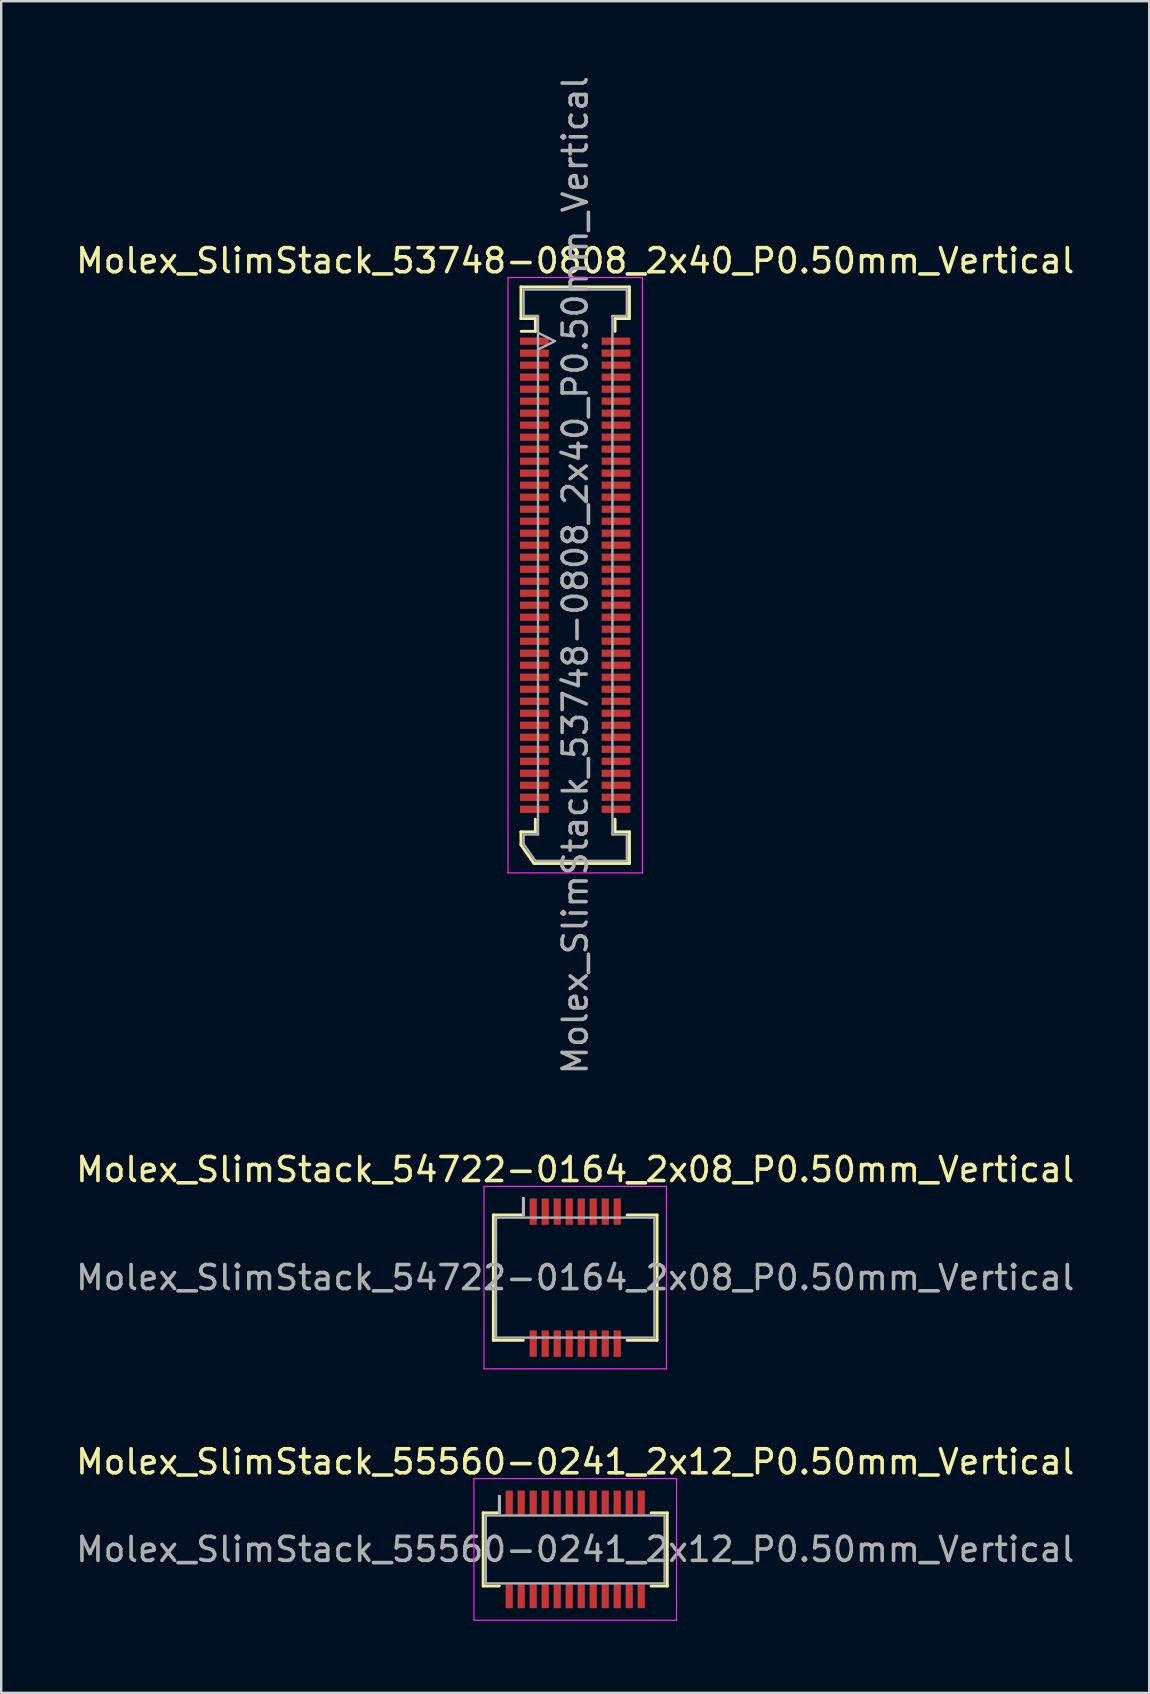
<source format=kicad_pcb>
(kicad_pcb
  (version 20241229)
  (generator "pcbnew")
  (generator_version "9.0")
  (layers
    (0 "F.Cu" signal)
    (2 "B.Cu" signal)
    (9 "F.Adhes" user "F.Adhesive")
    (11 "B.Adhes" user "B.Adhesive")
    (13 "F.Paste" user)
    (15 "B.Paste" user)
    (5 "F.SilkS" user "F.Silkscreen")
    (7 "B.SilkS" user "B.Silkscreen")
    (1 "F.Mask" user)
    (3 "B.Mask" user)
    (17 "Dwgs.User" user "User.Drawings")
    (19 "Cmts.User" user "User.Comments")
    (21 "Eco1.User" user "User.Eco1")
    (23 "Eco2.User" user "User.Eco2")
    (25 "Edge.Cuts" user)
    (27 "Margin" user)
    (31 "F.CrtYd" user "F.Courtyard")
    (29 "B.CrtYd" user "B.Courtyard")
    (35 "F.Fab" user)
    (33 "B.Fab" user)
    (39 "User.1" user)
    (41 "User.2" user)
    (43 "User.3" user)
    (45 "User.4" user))
  (footprint "Molex_SlimStack_54722-0164_2x08_P0.50mm_Vertical"
    (layer "F.Cu")
    (at 20.911 50.17)
    (property "Reference" "Molex_SlimStack_54722-0164_2x08_P0.50mm_Vertical" (at 0 -4.5 0) (layer "F.SilkS") (effects (font (size 1 1) (thickness 0.15))))
    (attr smd)
    (fp_line (start -3.41 -2.61) (end -2.16 -2.61) (stroke (width 0.12) (type solid)) (layer "F.SilkS"))
    (fp_line (start -3.41 2.61) (end -3.41 -2.61) (stroke (width 0.12) (type solid)) (layer "F.SilkS"))
    (fp_line (start -2.16 -2.61) (end -2.16 -3.3) (stroke (width 0.12) (type solid)) (layer "F.SilkS"))
    (fp_line (start -2.16 2.61) (end -3.41 2.61) (stroke (width 0.12) (type solid)) (layer "F.SilkS"))
    (fp_line (start 2.16 2.61) (end 3.41 2.61) (stroke (width 0.12) (type solid)) (layer "F.SilkS"))
    (fp_line (start 3.41 -2.61) (end 2.16 -2.61) (stroke (width 0.12) (type solid)) (layer "F.SilkS"))
    (fp_line (start 3.41 2.61) (end 3.41 -2.61) (stroke (width 0.12) (type solid)) (layer "F.SilkS"))
    (fp_line (start -3.8 -3.8) (end -3.8 3.8) (stroke (width 0.05) (type solid)) (layer "F.CrtYd"))
    (fp_line (start -3.8 3.8) (end 3.8 3.8) (stroke (width 0.05) (type solid)) (layer "F.CrtYd"))
    (fp_line (start 3.8 -3.8) (end -3.8 -3.8) (stroke (width 0.05) (type solid)) (layer "F.CrtYd"))
    (fp_line (start 3.8 3.8) (end 3.8 -3.8) (stroke (width 0.05) (type solid)) (layer "F.CrtYd"))
    (fp_line (start -3.3 -2.5) (end -3.3 2.5) (stroke (width 0.1) (type solid)) (layer "F.Fab"))
    (fp_line (start -3.3 2.5) (end 3.3 2.5) (stroke (width 0.1) (type solid)) (layer "F.Fab"))
    (fp_line (start -2.16 -2.61) (end -2.16 -3.3) (stroke (width 0.1) (type solid)) (layer "F.Fab"))
    (fp_line (start 3.3 -2.5) (end -3.3 -2.5) (stroke (width 0.1) (type solid)) (layer "F.Fab"))
    (fp_line (start 3.3 2.5) (end 3.3 -2.5) (stroke (width 0.1) (type solid)) (layer "F.Fab"))
    (fp_text user "${REFERENCE}" (at 0 0 0) (layer "F.Fab") (effects (font (size 1 1) (thickness 0.15))))
    (pad "1" smd rect (at -1.75 -2.75) (size 0.3 1.1) (layers "F.Cu" "F.Mask" "F.Paste"))
    (pad "2" smd rect (at -1.75 2.75) (size 0.3 1.1) (layers "F.Cu" "F.Mask" "F.Paste"))
    (pad "3" smd rect (at -1.25 -2.75) (size 0.3 1.1) (layers "F.Cu" "F.Mask" "F.Paste"))
    (pad "4" smd rect (at -1.25 2.75) (size 0.3 1.1) (layers "F.Cu" "F.Mask" "F.Paste"))
    (pad "5" smd rect (at -0.75 -2.75) (size 0.3 1.1) (layers "F.Cu" "F.Mask" "F.Paste"))
    (pad "6" smd rect (at -0.75 2.75) (size 0.3 1.1) (layers "F.Cu" "F.Mask" "F.Paste"))
    (pad "7" smd rect (at -0.25 -2.75) (size 0.3 1.1) (layers "F.Cu" "F.Mask" "F.Paste"))
    (pad "8" smd rect (at -0.25 2.75) (size 0.3 1.1) (layers "F.Cu" "F.Mask" "F.Paste"))
    (pad "9" smd rect (at 0.25 -2.75) (size 0.3 1.1) (layers "F.Cu" "F.Mask" "F.Paste"))
    (pad "10" smd rect (at 0.25 2.75) (size 0.3 1.1) (layers "F.Cu" "F.Mask" "F.Paste"))
    (pad "11" smd rect (at 0.75 -2.75) (size 0.3 1.1) (layers "F.Cu" "F.Mask" "F.Paste"))
    (pad "12" smd rect (at 0.75 2.75) (size 0.3 1.1) (layers "F.Cu" "F.Mask" "F.Paste"))
    (pad "13" smd rect (at 1.25 -2.75) (size 0.3 1.1) (layers "F.Cu" "F.Mask" "F.Paste"))
    (pad "14" smd rect (at 1.25 2.75) (size 0.3 1.1) (layers "F.Cu" "F.Mask" "F.Paste"))
    (pad "15" smd rect (at 1.75 -2.75) (size 0.3 1.1) (layers "F.Cu" "F.Mask" "F.Paste"))
    (pad "16" smd rect (at 1.75 2.75) (size 0.3 1.1) (layers "F.Cu" "F.Mask" "F.Paste")))
  (footprint "Molex_SlimStack_55560-0241_2x12_P0.50mm_Vertical"
    (layer "F.Cu")
    (at 20.911 61.493)
    (property "Reference" "Molex_SlimStack_55560-0241_2x12_P0.50mm_Vertical" (at 0 -3.65 0) (layer "F.SilkS") (effects (font (size 1 1) (thickness 0.15))))
    (attr smd)
    (fp_line (start -3.835 -1.525) (end -3.16 -1.525) (stroke (width 0.12) (type solid)) (layer "F.SilkS"))
    (fp_line (start -3.835 1.525) (end -3.835 -1.525) (stroke (width 0.12) (type solid)) (layer "F.SilkS"))
    (fp_line (start -3.16 -1.525) (end -3.16 -2.215) (stroke (width 0.12) (type solid)) (layer "F.SilkS"))
    (fp_line (start -3.16 1.525) (end -3.835 1.525) (stroke (width 0.12) (type solid)) (layer "F.SilkS"))
    (fp_line (start 3.16 1.525) (end 3.835 1.525) (stroke (width 0.12) (type solid)) (layer "F.SilkS"))
    (fp_line (start 3.835 -1.525) (end 3.16 -1.525) (stroke (width 0.12) (type solid)) (layer "F.SilkS"))
    (fp_line (start 3.835 1.525) (end 3.835 -1.525) (stroke (width 0.12) (type solid)) (layer "F.SilkS"))
    (fp_line (start -4.22 -2.95) (end -4.22 2.95) (stroke (width 0.05) (type solid)) (layer "F.CrtYd"))
    (fp_line (start -4.22 2.95) (end 4.22 2.95) (stroke (width 0.05) (type solid)) (layer "F.CrtYd"))
    (fp_line (start 4.22 -2.95) (end -4.22 -2.95) (stroke (width 0.05) (type solid)) (layer "F.CrtYd"))
    (fp_line (start 4.22 2.95) (end 4.22 -2.95) (stroke (width 0.05) (type solid)) (layer "F.CrtYd"))
    (fp_line (start -3.725 -1.415) (end -3.725 1.415) (stroke (width 0.1) (type solid)) (layer "F.Fab"))
    (fp_line (start -3.725 1.415) (end 3.725 1.415) (stroke (width 0.1) (type solid)) (layer "F.Fab"))
    (fp_line (start -3.16 -1.525) (end -3.16 -2.215) (stroke (width 0.1) (type solid)) (layer "F.Fab"))
    (fp_line (start 3.725 -1.415) (end -3.725 -1.415) (stroke (width 0.1) (type solid)) (layer "F.Fab"))
    (fp_line (start 3.725 1.415) (end 3.725 -1.415) (stroke (width 0.1) (type solid)) (layer "F.Fab"))
    (fp_text user "${REFERENCE}" (at 0 0 0) (layer "F.Fab") (effects (font (size 1 1) (thickness 0.15))))
    (pad "1" smd rect (at -2.75 -1.95) (size 0.3 1) (layers "F.Cu" "F.Mask" "F.Paste"))
    (pad "2" smd rect (at -2.75 1.95) (size 0.3 1) (layers "F.Cu" "F.Mask" "F.Paste"))
    (pad "3" smd rect (at -2.25 -1.95) (size 0.3 1) (layers "F.Cu" "F.Mask" "F.Paste"))
    (pad "4" smd rect (at -2.25 1.95) (size 0.3 1) (layers "F.Cu" "F.Mask" "F.Paste"))
    (pad "5" smd rect (at -1.75 -1.95) (size 0.3 1) (layers "F.Cu" "F.Mask" "F.Paste"))
    (pad "6" smd rect (at -1.75 1.95) (size 0.3 1) (layers "F.Cu" "F.Mask" "F.Paste"))
    (pad "7" smd rect (at -1.25 -1.95) (size 0.3 1) (layers "F.Cu" "F.Mask" "F.Paste"))
    (pad "8" smd rect (at -1.25 1.95) (size 0.3 1) (layers "F.Cu" "F.Mask" "F.Paste"))
    (pad "9" smd rect (at -0.75 -1.95) (size 0.3 1) (layers "F.Cu" "F.Mask" "F.Paste"))
    (pad "10" smd rect (at -0.75 1.95) (size 0.3 1) (layers "F.Cu" "F.Mask" "F.Paste"))
    (pad "11" smd rect (at -0.25 -1.95) (size 0.3 1) (layers "F.Cu" "F.Mask" "F.Paste"))
    (pad "12" smd rect (at -0.25 1.95) (size 0.3 1) (layers "F.Cu" "F.Mask" "F.Paste"))
    (pad "13" smd rect (at 0.25 -1.95) (size 0.3 1) (layers "F.Cu" "F.Mask" "F.Paste"))
    (pad "14" smd rect (at 0.25 1.95) (size 0.3 1) (layers "F.Cu" "F.Mask" "F.Paste"))
    (pad "15" smd rect (at 0.75 -1.95) (size 0.3 1) (layers "F.Cu" "F.Mask" "F.Paste"))
    (pad "16" smd rect (at 0.75 1.95) (size 0.3 1) (layers "F.Cu" "F.Mask" "F.Paste"))
    (pad "17" smd rect (at 1.25 -1.95) (size 0.3 1) (layers "F.Cu" "F.Mask" "F.Paste"))
    (pad "18" smd rect (at 1.25 1.95) (size 0.3 1) (layers "F.Cu" "F.Mask" "F.Paste"))
    (pad "19" smd rect (at 1.75 -1.95) (size 0.3 1) (layers "F.Cu" "F.Mask" "F.Paste"))
    (pad "20" smd rect (at 1.75 1.95) (size 0.3 1) (layers "F.Cu" "F.Mask" "F.Paste"))
    (pad "21" smd rect (at 2.25 -1.95) (size 0.3 1) (layers "F.Cu" "F.Mask" "F.Paste"))
    (pad "22" smd rect (at 2.25 1.95) (size 0.3 1) (layers "F.Cu" "F.Mask" "F.Paste"))
    (pad "23" smd rect (at 2.75 -1.95) (size 0.3 1) (layers "F.Cu" "F.Mask" "F.Paste"))
    (pad "24" smd rect (at 2.75 1.95) (size 0.3 1) (layers "F.Cu" "F.Mask" "F.Paste")))
  (footprint "Molex_SlimStack_53748-0808_2x40_P0.50mm_Vertical"
    (layer "F.Cu")
    (at 20.911 20.911)
    (property "Reference" "Molex_SlimStack_53748-0808_2x40_P0.50mm_Vertical" (at 0 -13.1 0) (layer "F.SilkS") (effects (font (size 1 1) (thickness 0.15))))
    (attr smd)
    (fp_line (start -2.26 -12.01) (end -2.26 -10.69) (stroke (width 0.12) (type solid)) (layer "F.SilkS"))
    (fp_line (start -2.26 -10.69) (end -2.26 -10.69) (stroke (width 0.12) (type solid)) (layer "F.SilkS"))
    (fp_line (start -2.26 -10.69) (end -1.66 -10.69) (stroke (width 0.12) (type solid)) (layer "F.SilkS"))
    (fp_line (start -2.26 10.69) (end -1.66 10.69) (stroke (width 0.12) (type solid)) (layer "F.SilkS"))
    (fp_line (start -2.26 11.235) (end -2.26 10.69) (stroke (width 0.12) (type solid)) (layer "F.SilkS"))
    (fp_line (start -1.717 12.01) (end -2.26 11.235) (stroke (width 0.12) (type solid)) (layer "F.SilkS"))
    (fp_line (start -1.66 -10.69) (end -1.66 -10.16) (stroke (width 0.12) (type solid)) (layer "F.SilkS"))
    (fp_line (start -1.66 -10.16) (end -2.25 -10.16) (stroke (width 0.12) (type solid)) (layer "F.SilkS"))
    (fp_line (start -1.66 10.69) (end -1.66 10.16) (stroke (width 0.12) (type solid)) (layer "F.SilkS"))
    (fp_line (start 1.66 -10.69) (end 2.26 -10.69) (stroke (width 0.12) (type solid)) (layer "F.SilkS"))
    (fp_line (start 1.66 -10.16) (end 1.66 -10.69) (stroke (width 0.12) (type solid)) (layer "F.SilkS"))
    (fp_line (start 1.66 10.16) (end 1.66 10.69) (stroke (width 0.12) (type solid)) (layer "F.SilkS"))
    (fp_line (start 1.66 10.69) (end 2.26 10.69) (stroke (width 0.12) (type solid)) (layer "F.SilkS"))
    (fp_line (start 2.26 -12.01) (end -2.26 -12.01) (stroke (width 0.12) (type solid)) (layer "F.SilkS"))
    (fp_line (start 2.26 -10.69) (end 2.26 -12.01) (stroke (width 0.12) (type solid)) (layer "F.SilkS"))
    (fp_line (start 2.26 10.69) (end 2.26 12.01) (stroke (width 0.12) (type solid)) (layer "F.SilkS"))
    (fp_line (start 2.26 12.01) (end -1.717 12.01) (stroke (width 0.12) (type solid)) (layer "F.SilkS"))
    (fp_line (start -2.8 -12.4) (end -2.8 12.4) (stroke (width 0.05) (type solid)) (layer "F.CrtYd"))
    (fp_line (start -2.8 12.4) (end 2.8 12.4) (stroke (width 0.05) (type solid)) (layer "F.CrtYd"))
    (fp_line (start 2.8 -12.4) (end -2.8 -12.4) (stroke (width 0.05) (type solid)) (layer "F.CrtYd"))
    (fp_line (start 2.8 12.4) (end 2.8 -12.4) (stroke (width 0.05) (type solid)) (layer "F.CrtYd"))
    (fp_line (start -2.15 -11.9) (end -2.15 -10.8) (stroke (width 0.1) (type solid)) (layer "F.Fab"))
    (fp_line (start -2.15 -10.8) (end -1.55 -10.8) (stroke (width 0.1) (type solid)) (layer "F.Fab"))
    (fp_line (start -2.15 10.8) (end -2.15 11.2) (stroke (width 0.1) (type solid)) (layer "F.Fab"))
    (fp_line (start -2.15 11.2) (end -1.66 11.9) (stroke (width 0.1) (type solid)) (layer "F.Fab"))
    (fp_line (start -1.66 11.9) (end 2.15 11.9) (stroke (width 0.1) (type solid)) (layer "F.Fab"))
    (fp_line (start -1.55 -10.8) (end -1.55 10.8) (stroke (width 0.1) (type solid)) (layer "F.Fab"))
    (fp_line (start -1.55 10.8) (end -2.15 10.8) (stroke (width 0.1) (type solid)) (layer "F.Fab"))
    (fp_line (start -0.85 -9.75) (end -1.55 -10.1) (stroke (width 0.1) (type solid)) (layer "F.Fab"))
    (fp_line (start -0.85 -9.75) (end -1.55 -9.4) (stroke (width 0.1) (type solid)) (layer "F.Fab"))
    (fp_line (start 1.55 -10.8) (end 2.15 -10.8) (stroke (width 0.1) (type solid)) (layer "F.Fab"))
    (fp_line (start 1.55 10.8) (end 1.55 -10.8) (stroke (width 0.1) (type solid)) (layer "F.Fab"))
    (fp_line (start 2.15 -11.9) (end -2.15 -11.9) (stroke (width 0.1) (type solid)) (layer "F.Fab"))
    (fp_line (start 2.15 -10.8) (end 2.15 -11.9) (stroke (width 0.1) (type solid)) (layer "F.Fab"))
    (fp_line (start 2.15 10.8) (end 1.55 10.8) (stroke (width 0.1) (type solid)) (layer "F.Fab"))
    (fp_line (start 2.15 11.9) (end 2.15 10.8) (stroke (width 0.1) (type solid)) (layer "F.Fab"))
    (fp_text user "${REFERENCE}" (at 0 0 90) (layer "F.Fab") (effects (font (size 1 1) (thickness 0.15))))
    (pad "1" smd rect (at -1.7 -9.75) (size 1.2 0.3) (layers "F.Cu" "F.Mask" "F.Paste"))
    (pad "2" smd rect (at 1.7 -9.75) (size 1.2 0.3) (layers "F.Cu" "F.Mask" "F.Paste"))
    (pad "3" smd rect (at -1.7 -9.25) (size 1.2 0.3) (layers "F.Cu" "F.Mask" "F.Paste"))
    (pad "4" smd rect (at 1.7 -9.25) (size 1.2 0.3) (layers "F.Cu" "F.Mask" "F.Paste"))
    (pad "5" smd rect (at -1.7 -8.75) (size 1.2 0.3) (layers "F.Cu" "F.Mask" "F.Paste"))
    (pad "6" smd rect (at 1.7 -8.75) (size 1.2 0.3) (layers "F.Cu" "F.Mask" "F.Paste"))
    (pad "7" smd rect (at -1.7 -8.25) (size 1.2 0.3) (layers "F.Cu" "F.Mask" "F.Paste"))
    (pad "8" smd rect (at 1.7 -8.25) (size 1.2 0.3) (layers "F.Cu" "F.Mask" "F.Paste"))
    (pad "9" smd rect (at -1.7 -7.75) (size 1.2 0.3) (layers "F.Cu" "F.Mask" "F.Paste"))
    (pad "10" smd rect (at 1.7 -7.75) (size 1.2 0.3) (layers "F.Cu" "F.Mask" "F.Paste"))
    (pad "11" smd rect (at -1.7 -7.25) (size 1.2 0.3) (layers "F.Cu" "F.Mask" "F.Paste"))
    (pad "12" smd rect (at 1.7 -7.25) (size 1.2 0.3) (layers "F.Cu" "F.Mask" "F.Paste"))
    (pad "13" smd rect (at -1.7 -6.75) (size 1.2 0.3) (layers "F.Cu" "F.Mask" "F.Paste"))
    (pad "14" smd rect (at 1.7 -6.75) (size 1.2 0.3) (layers "F.Cu" "F.Mask" "F.Paste"))
    (pad "15" smd rect (at -1.7 -6.25) (size 1.2 0.3) (layers "F.Cu" "F.Mask" "F.Paste"))
    (pad "16" smd rect (at 1.7 -6.25) (size 1.2 0.3) (layers "F.Cu" "F.Mask" "F.Paste"))
    (pad "17" smd rect (at -1.7 -5.75) (size 1.2 0.3) (layers "F.Cu" "F.Mask" "F.Paste"))
    (pad "18" smd rect (at 1.7 -5.75) (size 1.2 0.3) (layers "F.Cu" "F.Mask" "F.Paste"))
    (pad "19" smd rect (at -1.7 -5.25) (size 1.2 0.3) (layers "F.Cu" "F.Mask" "F.Paste"))
    (pad "20" smd rect (at 1.7 -5.25) (size 1.2 0.3) (layers "F.Cu" "F.Mask" "F.Paste"))
    (pad "21" smd rect (at -1.7 -4.75) (size 1.2 0.3) (layers "F.Cu" "F.Mask" "F.Paste"))
    (pad "22" smd rect (at 1.7 -4.75) (size 1.2 0.3) (layers "F.Cu" "F.Mask" "F.Paste"))
    (pad "23" smd rect (at -1.7 -4.25) (size 1.2 0.3) (layers "F.Cu" "F.Mask" "F.Paste"))
    (pad "24" smd rect (at 1.7 -4.25) (size 1.2 0.3) (layers "F.Cu" "F.Mask" "F.Paste"))
    (pad "25" smd rect (at -1.7 -3.75) (size 1.2 0.3) (layers "F.Cu" "F.Mask" "F.Paste"))
    (pad "26" smd rect (at 1.7 -3.75) (size 1.2 0.3) (layers "F.Cu" "F.Mask" "F.Paste"))
    (pad "27" smd rect (at -1.7 -3.25) (size 1.2 0.3) (layers "F.Cu" "F.Mask" "F.Paste"))
    (pad "28" smd rect (at 1.7 -3.25) (size 1.2 0.3) (layers "F.Cu" "F.Mask" "F.Paste"))
    (pad "29" smd rect (at -1.7 -2.75) (size 1.2 0.3) (layers "F.Cu" "F.Mask" "F.Paste"))
    (pad "30" smd rect (at 1.7 -2.75) (size 1.2 0.3) (layers "F.Cu" "F.Mask" "F.Paste"))
    (pad "31" smd rect (at -1.7 -2.25) (size 1.2 0.3) (layers "F.Cu" "F.Mask" "F.Paste"))
    (pad "32" smd rect (at 1.7 -2.25) (size 1.2 0.3) (layers "F.Cu" "F.Mask" "F.Paste"))
    (pad "33" smd rect (at -1.7 -1.75) (size 1.2 0.3) (layers "F.Cu" "F.Mask" "F.Paste"))
    (pad "34" smd rect (at 1.7 -1.75) (size 1.2 0.3) (layers "F.Cu" "F.Mask" "F.Paste"))
    (pad "35" smd rect (at -1.7 -1.25) (size 1.2 0.3) (layers "F.Cu" "F.Mask" "F.Paste"))
    (pad "36" smd rect (at 1.7 -1.25) (size 1.2 0.3) (layers "F.Cu" "F.Mask" "F.Paste"))
    (pad "37" smd rect (at -1.7 -0.75) (size 1.2 0.3) (layers "F.Cu" "F.Mask" "F.Paste"))
    (pad "38" smd rect (at 1.7 -0.75) (size 1.2 0.3) (layers "F.Cu" "F.Mask" "F.Paste"))
    (pad "39" smd rect (at -1.7 -0.25) (size 1.2 0.3) (layers "F.Cu" "F.Mask" "F.Paste"))
    (pad "40" smd rect (at 1.7 -0.25) (size 1.2 0.3) (layers "F.Cu" "F.Mask" "F.Paste"))
    (pad "41" smd rect (at -1.7 0.25) (size 1.2 0.3) (layers "F.Cu" "F.Mask" "F.Paste"))
    (pad "42" smd rect (at 1.7 0.25) (size 1.2 0.3) (layers "F.Cu" "F.Mask" "F.Paste"))
    (pad "43" smd rect (at -1.7 0.75) (size 1.2 0.3) (layers "F.Cu" "F.Mask" "F.Paste"))
    (pad "44" smd rect (at 1.7 0.75) (size 1.2 0.3) (layers "F.Cu" "F.Mask" "F.Paste"))
    (pad "45" smd rect (at -1.7 1.25) (size 1.2 0.3) (layers "F.Cu" "F.Mask" "F.Paste"))
    (pad "46" smd rect (at 1.7 1.25) (size 1.2 0.3) (layers "F.Cu" "F.Mask" "F.Paste"))
    (pad "47" smd rect (at -1.7 1.75) (size 1.2 0.3) (layers "F.Cu" "F.Mask" "F.Paste"))
    (pad "48" smd rect (at 1.7 1.75) (size 1.2 0.3) (layers "F.Cu" "F.Mask" "F.Paste"))
    (pad "49" smd rect (at -1.7 2.25) (size 1.2 0.3) (layers "F.Cu" "F.Mask" "F.Paste"))
    (pad "50" smd rect (at 1.7 2.25) (size 1.2 0.3) (layers "F.Cu" "F.Mask" "F.Paste"))
    (pad "51" smd rect (at -1.7 2.75) (size 1.2 0.3) (layers "F.Cu" "F.Mask" "F.Paste"))
    (pad "52" smd rect (at 1.7 2.75) (size 1.2 0.3) (layers "F.Cu" "F.Mask" "F.Paste"))
    (pad "53" smd rect (at -1.7 3.25) (size 1.2 0.3) (layers "F.Cu" "F.Mask" "F.Paste"))
    (pad "54" smd rect (at 1.7 3.25) (size 1.2 0.3) (layers "F.Cu" "F.Mask" "F.Paste"))
    (pad "55" smd rect (at -1.7 3.75) (size 1.2 0.3) (layers "F.Cu" "F.Mask" "F.Paste"))
    (pad "56" smd rect (at 1.7 3.75) (size 1.2 0.3) (layers "F.Cu" "F.Mask" "F.Paste"))
    (pad "57" smd rect (at -1.7 4.25) (size 1.2 0.3) (layers "F.Cu" "F.Mask" "F.Paste"))
    (pad "58" smd rect (at 1.7 4.25) (size 1.2 0.3) (layers "F.Cu" "F.Mask" "F.Paste"))
    (pad "59" smd rect (at -1.7 4.75) (size 1.2 0.3) (layers "F.Cu" "F.Mask" "F.Paste"))
    (pad "60" smd rect (at 1.7 4.75) (size 1.2 0.3) (layers "F.Cu" "F.Mask" "F.Paste"))
    (pad "61" smd rect (at -1.7 5.25) (size 1.2 0.3) (layers "F.Cu" "F.Mask" "F.Paste"))
    (pad "62" smd rect (at 1.7 5.25) (size 1.2 0.3) (layers "F.Cu" "F.Mask" "F.Paste"))
    (pad "63" smd rect (at -1.7 5.75) (size 1.2 0.3) (layers "F.Cu" "F.Mask" "F.Paste"))
    (pad "64" smd rect (at 1.7 5.75) (size 1.2 0.3) (layers "F.Cu" "F.Mask" "F.Paste"))
    (pad "65" smd rect (at -1.7 6.25) (size 1.2 0.3) (layers "F.Cu" "F.Mask" "F.Paste"))
    (pad "66" smd rect (at 1.7 6.25) (size 1.2 0.3) (layers "F.Cu" "F.Mask" "F.Paste"))
    (pad "67" smd rect (at -1.7 6.75) (size 1.2 0.3) (layers "F.Cu" "F.Mask" "F.Paste"))
    (pad "68" smd rect (at 1.7 6.75) (size 1.2 0.3) (layers "F.Cu" "F.Mask" "F.Paste"))
    (pad "69" smd rect (at -1.7 7.25) (size 1.2 0.3) (layers "F.Cu" "F.Mask" "F.Paste"))
    (pad "70" smd rect (at 1.7 7.25) (size 1.2 0.3) (layers "F.Cu" "F.Mask" "F.Paste"))
    (pad "71" smd rect (at -1.7 7.75) (size 1.2 0.3) (layers "F.Cu" "F.Mask" "F.Paste"))
    (pad "72" smd rect (at 1.7 7.75) (size 1.2 0.3) (layers "F.Cu" "F.Mask" "F.Paste"))
    (pad "73" smd rect (at -1.7 8.25) (size 1.2 0.3) (layers "F.Cu" "F.Mask" "F.Paste"))
    (pad "74" smd rect (at 1.7 8.25) (size 1.2 0.3) (layers "F.Cu" "F.Mask" "F.Paste"))
    (pad "75" smd rect (at -1.7 8.75) (size 1.2 0.3) (layers "F.Cu" "F.Mask" "F.Paste"))
    (pad "76" smd rect (at 1.7 8.75) (size 1.2 0.3) (layers "F.Cu" "F.Mask" "F.Paste"))
    (pad "77" smd rect (at -1.7 9.25) (size 1.2 0.3) (layers "F.Cu" "F.Mask" "F.Paste"))
    (pad "78" smd rect (at 1.7 9.25) (size 1.2 0.3) (layers "F.Cu" "F.Mask" "F.Paste"))
    (pad "79" smd rect (at -1.7 9.75) (size 1.2 0.3) (layers "F.Cu" "F.Mask" "F.Paste"))
    (pad "80" smd rect (at 1.7 9.75) (size 1.2 0.3) (layers "F.Cu" "F.Mask" "F.Paste")))
  (gr_rect
    (start -3 -3)
    (end 44.821 67.468)
    (stroke (width 0.1) (type default))
    (fill no)
    (layer "Edge.Cuts")))
</source>
